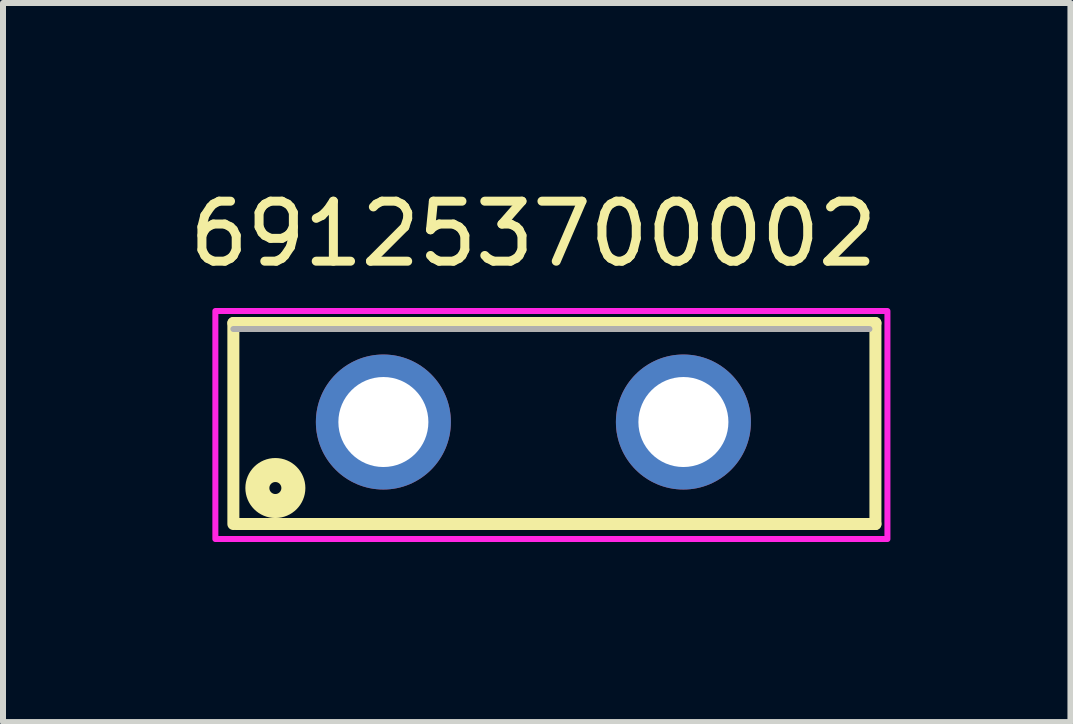
<source format=kicad_pcb>
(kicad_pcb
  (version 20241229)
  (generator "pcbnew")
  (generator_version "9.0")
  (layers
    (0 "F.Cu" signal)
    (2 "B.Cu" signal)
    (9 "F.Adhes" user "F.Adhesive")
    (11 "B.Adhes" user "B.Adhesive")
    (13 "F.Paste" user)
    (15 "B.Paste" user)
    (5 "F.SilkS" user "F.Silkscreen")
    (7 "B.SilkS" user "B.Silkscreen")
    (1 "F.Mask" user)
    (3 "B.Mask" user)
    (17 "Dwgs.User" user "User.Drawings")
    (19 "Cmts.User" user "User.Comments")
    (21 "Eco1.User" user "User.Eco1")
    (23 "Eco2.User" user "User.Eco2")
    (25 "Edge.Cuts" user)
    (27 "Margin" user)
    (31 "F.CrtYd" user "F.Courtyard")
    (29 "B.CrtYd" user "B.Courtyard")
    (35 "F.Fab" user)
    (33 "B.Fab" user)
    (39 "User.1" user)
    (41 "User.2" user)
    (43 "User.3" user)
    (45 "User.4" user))
  (footprint "691253700002"
    (layer "F.Cu")
    (at 5.839 3.983)
    (property "Reference" "691253700002" (at 0 -3.135 0) (layer "F.SilkS") (effects (font (size 1 1) (thickness 0.15))))
    (attr through_hole)
    (fp_line (start -5 -1.65) (end 5.7 -1.65) (stroke (width 0.2) (type solid)) (layer "F.SilkS"))
    (fp_line (start -5 1.7) (end -5 -1.65) (stroke (width 0.2) (type solid)) (layer "F.SilkS"))
    (fp_line (start 5.7 -1.65) (end 5.7 1.7) (stroke (width 0.2) (type solid)) (layer "F.SilkS"))
    (fp_line (start 5.7 1.7) (end -4.95 1.7) (stroke (width 0.2) (type solid)) (layer "F.SilkS"))
    (fp_circle (center -4.3 1.1) (end -4.2 1.1) (stroke (width 0.4) (type solid)) (fill no) (layer "F.SilkS"))
    (fp_poly (pts (xy -5.3 -1.85) (xy 5.9 -1.85) (xy 5.9 1.95) (xy -5.3 1.95)) (stroke (width 0.1) (type solid)) (fill no) (layer "F.CrtYd"))
    (fp_line (start 5.6 -1.55) (end -5 -1.55) (stroke (width 0.1) (type solid)) (layer "F.Fab"))
    (pad "1" thru_hole circle (at -2.5 0) (size 2.25 2.25) (drill 1.5) (layers "*.Cu" "*.Mask"))
    (pad "2" thru_hole circle (at 2.5 0) (size 2.25 2.25) (drill 1.5) (layers "*.Cu" "*.Mask")))
  (gr_rect
    (start -3 -3)
    (end 14.789 8.983)
    (stroke (width 0.1) (type default))
    (fill no)
    (layer "Edge.Cuts")))
</source>
